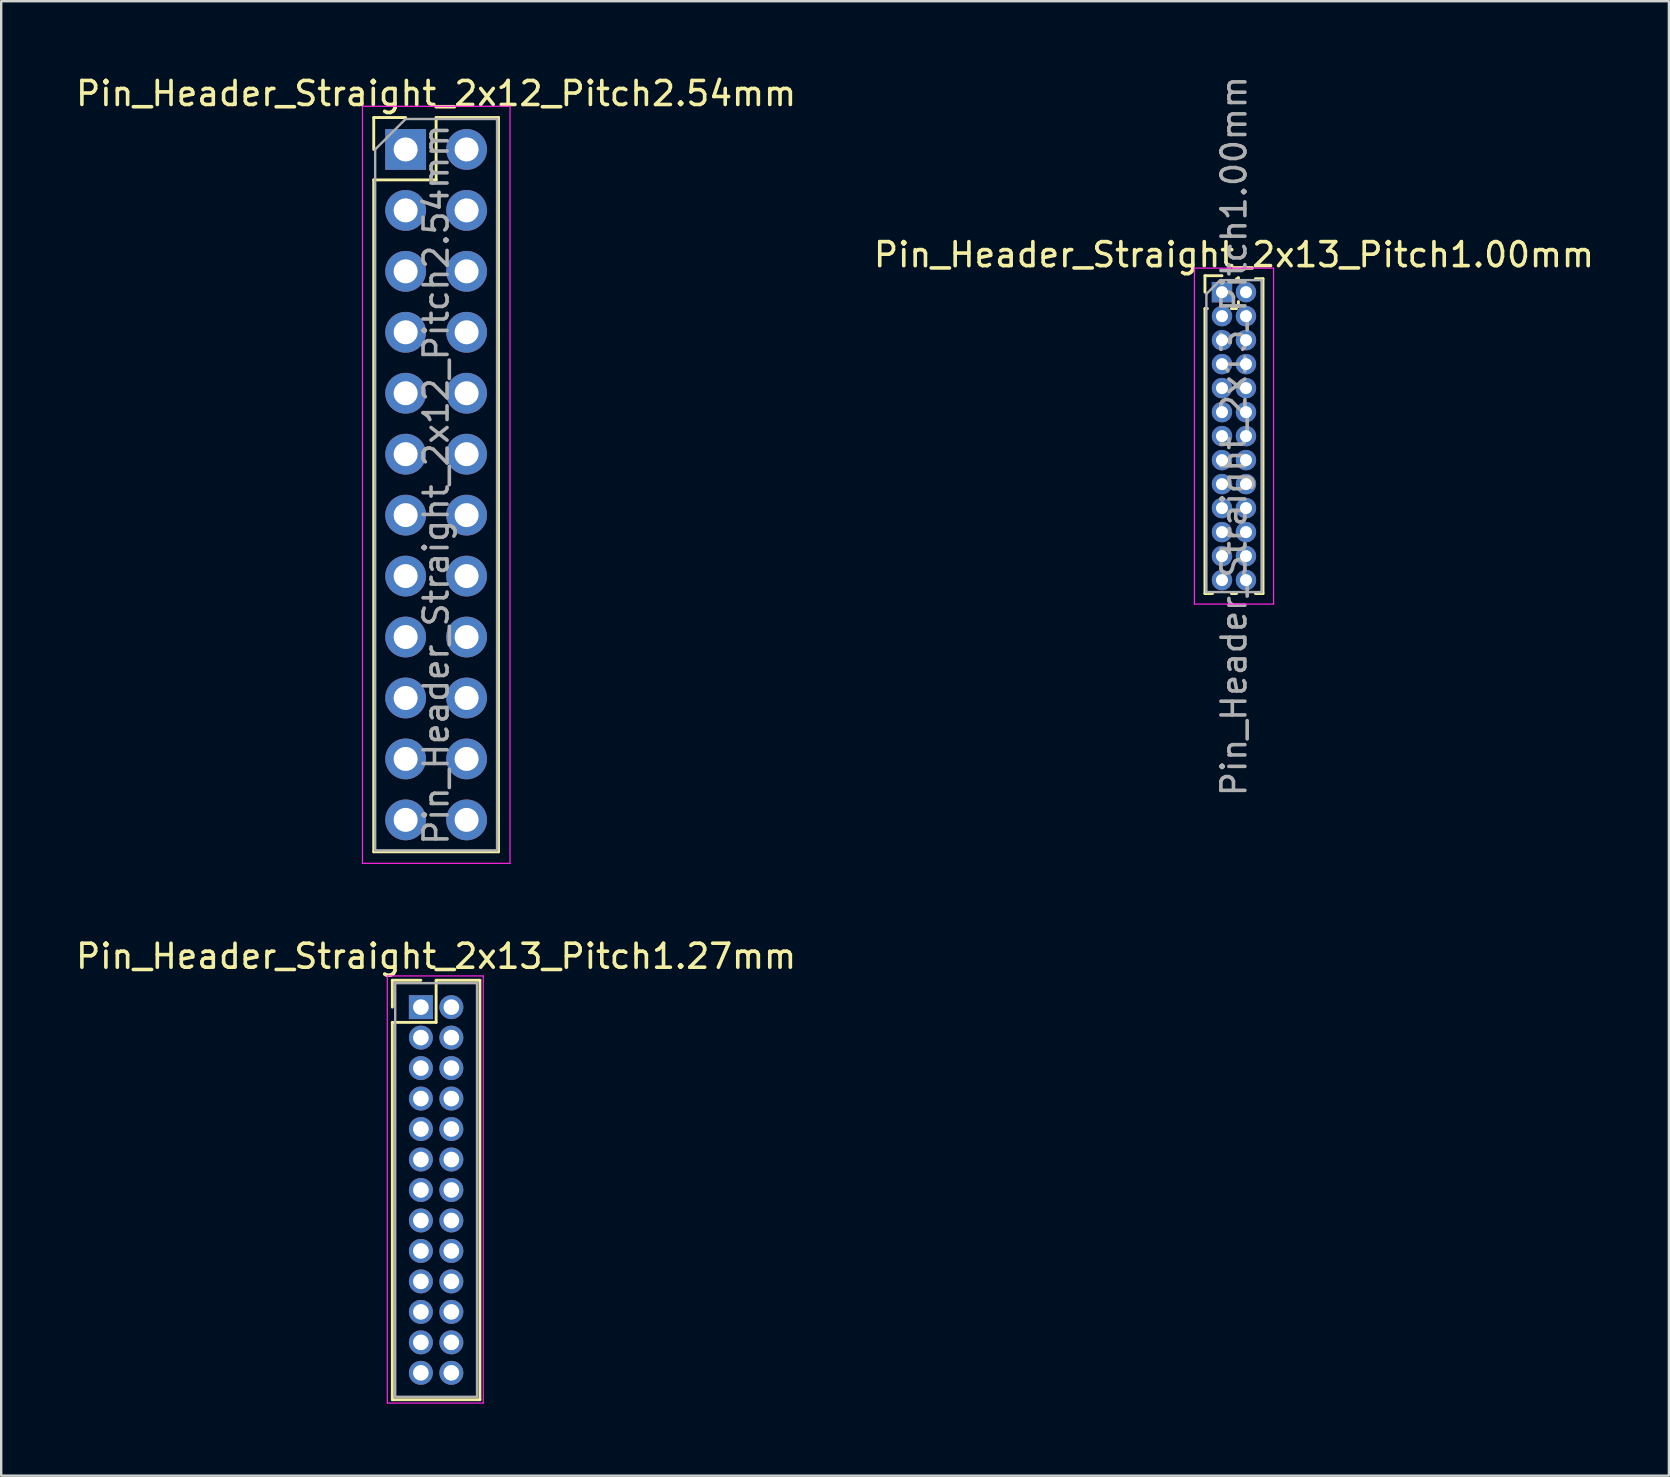
<source format=kicad_pcb>
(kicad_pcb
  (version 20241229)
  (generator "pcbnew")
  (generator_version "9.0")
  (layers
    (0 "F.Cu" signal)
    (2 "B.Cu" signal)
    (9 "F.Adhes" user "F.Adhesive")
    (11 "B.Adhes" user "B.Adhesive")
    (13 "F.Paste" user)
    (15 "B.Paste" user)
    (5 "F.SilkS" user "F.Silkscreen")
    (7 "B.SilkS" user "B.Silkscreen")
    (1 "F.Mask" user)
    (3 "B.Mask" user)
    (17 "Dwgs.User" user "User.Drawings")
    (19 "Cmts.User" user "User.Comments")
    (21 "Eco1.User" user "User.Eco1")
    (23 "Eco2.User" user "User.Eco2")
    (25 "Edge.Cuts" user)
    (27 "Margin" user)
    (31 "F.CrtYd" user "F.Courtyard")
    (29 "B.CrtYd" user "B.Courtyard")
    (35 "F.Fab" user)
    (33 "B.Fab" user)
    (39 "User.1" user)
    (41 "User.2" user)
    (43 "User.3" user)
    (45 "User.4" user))
  (footprint "Pin_Header_Straight_2x12_Pitch2.54mm"
    (layer "F.Cu")
    (at 13.855 3.178)
    (property "Reference" "Pin_Header_Straight_2x12_Pitch2.54mm" (at 1.27 -2.33 0) (layer "F.SilkS") (effects (font (size 1 1) (thickness 0.15))))
    (attr through_hole)
    (fp_line (start -1.33 -1.33) (end 0 -1.33) (stroke (width 0.12) (type solid)) (layer "F.SilkS"))
    (fp_line (start -1.33 0) (end -1.33 -1.33) (stroke (width 0.12) (type solid)) (layer "F.SilkS"))
    (fp_line (start -1.33 1.27) (end -1.33 29.27) (stroke (width 0.12) (type solid)) (layer "F.SilkS"))
    (fp_line (start -1.33 29.27) (end 3.87 29.27) (stroke (width 0.12) (type solid)) (layer "F.SilkS"))
    (fp_line (start 1.27 -1.33) (end 1.27 1.27) (stroke (width 0.12) (type solid)) (layer "F.SilkS"))
    (fp_line (start 1.27 1.27) (end -1.33 1.27) (stroke (width 0.12) (type solid)) (layer "F.SilkS"))
    (fp_line (start 3.87 -1.33) (end 1.27 -1.33) (stroke (width 0.12) (type solid)) (layer "F.SilkS"))
    (fp_line (start 3.87 29.27) (end 3.87 -1.33) (stroke (width 0.12) (type solid)) (layer "F.SilkS"))
    (fp_line (start -1.8 -1.8) (end -1.8 29.75) (stroke (width 0.05) (type solid)) (layer "F.CrtYd"))
    (fp_line (start -1.8 29.75) (end 4.35 29.75) (stroke (width 0.05) (type solid)) (layer "F.CrtYd"))
    (fp_line (start 4.35 -1.8) (end -1.8 -1.8) (stroke (width 0.05) (type solid)) (layer "F.CrtYd"))
    (fp_line (start 4.35 29.75) (end 4.35 -1.8) (stroke (width 0.05) (type solid)) (layer "F.CrtYd"))
    (fp_line (start -1.27 0) (end 0 -1.27) (stroke (width 0.1) (type solid)) (layer "F.Fab"))
    (fp_line (start -1.27 29.21) (end -1.27 0) (stroke (width 0.1) (type solid)) (layer "F.Fab"))
    (fp_line (start 0 -1.27) (end 3.81 -1.27) (stroke (width 0.1) (type solid)) (layer "F.Fab"))
    (fp_line (start 3.81 -1.27) (end 3.81 29.21) (stroke (width 0.1) (type solid)) (layer "F.Fab"))
    (fp_line (start 3.81 29.21) (end -1.27 29.21) (stroke (width 0.1) (type solid)) (layer "F.Fab"))
    (fp_text user "${REFERENCE}" (at 1.27 13.97 90) (layer "F.Fab") (effects (font (size 1 1) (thickness 0.15))))
    (pad "1" thru_hole rect (at 0 0) (size 1.7 1.7) (drill 1) (layers "*.Cu" "*.Mask"))
    (pad "2" thru_hole oval (at 2.54 0) (size 1.7 1.7) (drill 1) (layers "*.Cu" "*.Mask"))
    (pad "3" thru_hole oval (at 0 2.54) (size 1.7 1.7) (drill 1) (layers "*.Cu" "*.Mask"))
    (pad "4" thru_hole oval (at 2.54 2.54) (size 1.7 1.7) (drill 1) (layers "*.Cu" "*.Mask"))
    (pad "5" thru_hole oval (at 0 5.08) (size 1.7 1.7) (drill 1) (layers "*.Cu" "*.Mask"))
    (pad "6" thru_hole oval (at 2.54 5.08) (size 1.7 1.7) (drill 1) (layers "*.Cu" "*.Mask"))
    (pad "7" thru_hole oval (at 0 7.62) (size 1.7 1.7) (drill 1) (layers "*.Cu" "*.Mask"))
    (pad "8" thru_hole oval (at 2.54 7.62) (size 1.7 1.7) (drill 1) (layers "*.Cu" "*.Mask"))
    (pad "9" thru_hole oval (at 0 10.16) (size 1.7 1.7) (drill 1) (layers "*.Cu" "*.Mask"))
    (pad "10" thru_hole oval (at 2.54 10.16) (size 1.7 1.7) (drill 1) (layers "*.Cu" "*.Mask"))
    (pad "11" thru_hole oval (at 0 12.7) (size 1.7 1.7) (drill 1) (layers "*.Cu" "*.Mask"))
    (pad "12" thru_hole oval (at 2.54 12.7) (size 1.7 1.7) (drill 1) (layers "*.Cu" "*.Mask"))
    (pad "13" thru_hole oval (at 0 15.24) (size 1.7 1.7) (drill 1) (layers "*.Cu" "*.Mask"))
    (pad "14" thru_hole oval (at 2.54 15.24) (size 1.7 1.7) (drill 1) (layers "*.Cu" "*.Mask"))
    (pad "15" thru_hole oval (at 0 17.78) (size 1.7 1.7) (drill 1) (layers "*.Cu" "*.Mask"))
    (pad "16" thru_hole oval (at 2.54 17.78) (size 1.7 1.7) (drill 1) (layers "*.Cu" "*.Mask"))
    (pad "17" thru_hole oval (at 0 20.32) (size 1.7 1.7) (drill 1) (layers "*.Cu" "*.Mask"))
    (pad "18" thru_hole oval (at 2.54 20.32) (size 1.7 1.7) (drill 1) (layers "*.Cu" "*.Mask"))
    (pad "19" thru_hole oval (at 0 22.86) (size 1.7 1.7) (drill 1) (layers "*.Cu" "*.Mask"))
    (pad "20" thru_hole oval (at 2.54 22.86) (size 1.7 1.7) (drill 1) (layers "*.Cu" "*.Mask"))
    (pad "21" thru_hole oval (at 0 25.4) (size 1.7 1.7) (drill 1) (layers "*.Cu" "*.Mask"))
    (pad "22" thru_hole oval (at 2.54 25.4) (size 1.7 1.7) (drill 1) (layers "*.Cu" "*.Mask"))
    (pad "23" thru_hole oval (at 0 27.94) (size 1.7 1.7) (drill 1) (layers "*.Cu" "*.Mask"))
    (pad "24" thru_hole oval (at 2.54 27.94) (size 1.7 1.7) (drill 1) (layers "*.Cu" "*.Mask")))
  (footprint "Pin_Header_Straight_2x13_Pitch1.27mm"
    (layer "F.Cu")
    (at 14.49 38.922)
    (property "Reference" "Pin_Header_Straight_2x13_Pitch1.27mm" (at 0.635 -2.12 0) (layer "F.SilkS") (effects (font (size 1 1) (thickness 0.15))))
    (attr through_hole)
    (fp_line (start -1.19 -1.12) (end 0 -1.12) (stroke (width 0.12) (type solid)) (layer "F.SilkS"))
    (fp_line (start -1.19 0) (end -1.19 -1.12) (stroke (width 0.12) (type solid)) (layer "F.SilkS"))
    (fp_line (start -1.19 0.635) (end -1.19 16.36) (stroke (width 0.12) (type solid)) (layer "F.SilkS"))
    (fp_line (start -1.19 16.36) (end 2.46 16.36) (stroke (width 0.12) (type solid)) (layer "F.SilkS"))
    (fp_line (start 0.635 -1.12) (end 0.635 0.635) (stroke (width 0.12) (type solid)) (layer "F.SilkS"))
    (fp_line (start 0.635 0.635) (end -1.19 0.635) (stroke (width 0.12) (type solid)) (layer "F.SilkS"))
    (fp_line (start 2.46 -1.12) (end 0.635 -1.12) (stroke (width 0.12) (type solid)) (layer "F.SilkS"))
    (fp_line (start 2.46 16.36) (end 2.46 -1.12) (stroke (width 0.12) (type solid)) (layer "F.SilkS"))
    (fp_line (start -1.4 -1.3) (end -1.4 16.5) (stroke (width 0.05) (type solid)) (layer "F.CrtYd"))
    (fp_line (start -1.4 16.5) (end 2.6 16.5) (stroke (width 0.05) (type solid)) (layer "F.CrtYd"))
    (fp_line (start 2.6 -1.3) (end -1.4 -1.3) (stroke (width 0.05) (type solid)) (layer "F.CrtYd"))
    (fp_line (start 2.6 16.5) (end 2.6 -1.3) (stroke (width 0.05) (type solid)) (layer "F.CrtYd"))
    (fp_line (start -1.07 -1) (end -1.07 16.24) (stroke (width 0.1) (type solid)) (layer "F.Fab"))
    (fp_line (start -1.07 16.24) (end 2.34 16.24) (stroke (width 0.1) (type solid)) (layer "F.Fab"))
    (fp_line (start 2.34 -1) (end -1.07 -1) (stroke (width 0.1) (type solid)) (layer "F.Fab"))
    (fp_line (start 2.34 16.24) (end 2.34 -1) (stroke (width 0.1) (type solid)) (layer "F.Fab"))
    (pad "1" thru_hole rect (at 0 0) (size 1 1) (drill 0.65) (layers "*.Cu" "*.Mask"))
    (pad "2" thru_hole oval (at 1.27 0) (size 1 1) (drill 0.65) (layers "*.Cu" "*.Mask"))
    (pad "3" thru_hole oval (at 0 1.27) (size 1 1) (drill 0.65) (layers "*.Cu" "*.Mask"))
    (pad "4" thru_hole oval (at 1.27 1.27) (size 1 1) (drill 0.65) (layers "*.Cu" "*.Mask"))
    (pad "5" thru_hole oval (at 0 2.54) (size 1 1) (drill 0.65) (layers "*.Cu" "*.Mask"))
    (pad "6" thru_hole oval (at 1.27 2.54) (size 1 1) (drill 0.65) (layers "*.Cu" "*.Mask"))
    (pad "7" thru_hole oval (at 0 3.81) (size 1 1) (drill 0.65) (layers "*.Cu" "*.Mask"))
    (pad "8" thru_hole oval (at 1.27 3.81) (size 1 1) (drill 0.65) (layers "*.Cu" "*.Mask"))
    (pad "9" thru_hole oval (at 0 5.08) (size 1 1) (drill 0.65) (layers "*.Cu" "*.Mask"))
    (pad "10" thru_hole oval (at 1.27 5.08) (size 1 1) (drill 0.65) (layers "*.Cu" "*.Mask"))
    (pad "11" thru_hole oval (at 0 6.35) (size 1 1) (drill 0.65) (layers "*.Cu" "*.Mask"))
    (pad "12" thru_hole oval (at 1.27 6.35) (size 1 1) (drill 0.65) (layers "*.Cu" "*.Mask"))
    (pad "13" thru_hole oval (at 0 7.62) (size 1 1) (drill 0.65) (layers "*.Cu" "*.Mask"))
    (pad "14" thru_hole oval (at 1.27 7.62) (size 1 1) (drill 0.65) (layers "*.Cu" "*.Mask"))
    (pad "15" thru_hole oval (at 0 8.89) (size 1 1) (drill 0.65) (layers "*.Cu" "*.Mask"))
    (pad "16" thru_hole oval (at 1.27 8.89) (size 1 1) (drill 0.65) (layers "*.Cu" "*.Mask"))
    (pad "17" thru_hole oval (at 0 10.16) (size 1 1) (drill 0.65) (layers "*.Cu" "*.Mask"))
    (pad "18" thru_hole oval (at 1.27 10.16) (size 1 1) (drill 0.65) (layers "*.Cu" "*.Mask"))
    (pad "19" thru_hole oval (at 0 11.43) (size 1 1) (drill 0.65) (layers "*.Cu" "*.Mask"))
    (pad "20" thru_hole oval (at 1.27 11.43) (size 1 1) (drill 0.65) (layers "*.Cu" "*.Mask"))
    (pad "21" thru_hole oval (at 0 12.7) (size 1 1) (drill 0.65) (layers "*.Cu" "*.Mask"))
    (pad "22" thru_hole oval (at 1.27 12.7) (size 1 1) (drill 0.65) (layers "*.Cu" "*.Mask"))
    (pad "23" thru_hole oval (at 0 13.97) (size 1 1) (drill 0.65) (layers "*.Cu" "*.Mask"))
    (pad "24" thru_hole oval (at 1.27 13.97) (size 1 1) (drill 0.65) (layers "*.Cu" "*.Mask"))
    (pad "25" thru_hole oval (at 0 15.24) (size 1 1) (drill 0.65) (layers "*.Cu" "*.Mask"))
    (pad "26" thru_hole oval (at 1.27 15.24) (size 1 1) (drill 0.65) (layers "*.Cu" "*.Mask")))
  (footprint "Pin_Header_Straight_2x13_Pitch1.00mm"
    (layer "F.Cu")
    (at 47.875 9.125)
    (property "Reference" "Pin_Header_Straight_2x13_Pitch1.00mm" (at 0.5 -1.56 0) (layer "F.SilkS") (effects (font (size 1 1) (thickness 0.15))))
    (attr through_hole)
    (fp_line (start -0.71 -0.685) (end 0 -0.685) (stroke (width 0.12) (type solid)) (layer "F.SilkS"))
    (fp_line (start -0.71 0) (end -0.71 -0.685) (stroke (width 0.12) (type solid)) (layer "F.SilkS"))
    (fp_line (start -0.71 0.685) (end -0.71 12.56) (stroke (width 0.12) (type solid)) (layer "F.SilkS"))
    (fp_line (start -0.71 0.685) (end -0.608 0.685) (stroke (width 0.12) (type solid)) (layer "F.SilkS"))
    (fp_line (start -0.71 12.56) (end -0.394 12.56) (stroke (width 0.12) (type solid)) (layer "F.SilkS"))
    (fp_line (start 0.394 12.56) (end 0.606 12.56) (stroke (width 0.12) (type solid)) (layer "F.SilkS"))
    (fp_line (start 0.608 0.685) (end 0.392 0.685) (stroke (width 0.12) (type solid)) (layer "F.SilkS"))
    (fp_line (start 0.685 -0.608) (end 0.685 -0.56) (stroke (width 0.12) (type solid)) (layer "F.SilkS"))
    (fp_line (start 0.685 -0.56) (end 0.606 -0.56) (stroke (width 0.12) (type solid)) (layer "F.SilkS"))
    (fp_line (start 0.685 0.392) (end 0.685 0.608) (stroke (width 0.12) (type solid)) (layer "F.SilkS"))
    (fp_line (start 1.394 -0.56) (end 1.71 -0.56) (stroke (width 0.12) (type solid)) (layer "F.SilkS"))
    (fp_line (start 1.394 12.56) (end 1.71 12.56) (stroke (width 0.12) (type solid)) (layer "F.SilkS"))
    (fp_line (start 1.71 -0.56) (end 1.71 12.56) (stroke (width 0.12) (type solid)) (layer "F.SilkS"))
    (fp_line (start -1.15 -1) (end -1.15 13) (stroke (width 0.05) (type solid)) (layer "F.CrtYd"))
    (fp_line (start -1.15 13) (end 2.15 13) (stroke (width 0.05) (type solid)) (layer "F.CrtYd"))
    (fp_line (start 2.15 -1) (end -1.15 -1) (stroke (width 0.05) (type solid)) (layer "F.CrtYd"))
    (fp_line (start 2.15 13) (end 2.15 -1) (stroke (width 0.05) (type solid)) (layer "F.CrtYd"))
    (fp_line (start -0.65 0.075) (end -0.075 -0.5) (stroke (width 0.1) (type solid)) (layer "F.Fab"))
    (fp_line (start -0.65 12.5) (end -0.65 0.075) (stroke (width 0.1) (type solid)) (layer "F.Fab"))
    (fp_line (start -0.075 -0.5) (end 1.65 -0.5) (stroke (width 0.1) (type solid)) (layer "F.Fab"))
    (fp_line (start 1.65 -0.5) (end 1.65 12.5) (stroke (width 0.1) (type solid)) (layer "F.Fab"))
    (fp_line (start 1.65 12.5) (end -0.65 12.5) (stroke (width 0.1) (type solid)) (layer "F.Fab"))
    (fp_text user "${REFERENCE}" (at 0.5 6 90) (layer "F.Fab") (effects (font (size 1 1) (thickness 0.15))))
    (pad "1" thru_hole rect (at 0 0) (size 0.85 0.85) (drill 0.5) (layers "*.Cu" "*.Mask"))
    (pad "2" thru_hole oval (at 1 0) (size 0.85 0.85) (drill 0.5) (layers "*.Cu" "*.Mask"))
    (pad "3" thru_hole oval (at 0 1) (size 0.85 0.85) (drill 0.5) (layers "*.Cu" "*.Mask"))
    (pad "4" thru_hole oval (at 1 1) (size 0.85 0.85) (drill 0.5) (layers "*.Cu" "*.Mask"))
    (pad "5" thru_hole oval (at 0 2) (size 0.85 0.85) (drill 0.5) (layers "*.Cu" "*.Mask"))
    (pad "6" thru_hole oval (at 1 2) (size 0.85 0.85) (drill 0.5) (layers "*.Cu" "*.Mask"))
    (pad "7" thru_hole oval (at 0 3) (size 0.85 0.85) (drill 0.5) (layers "*.Cu" "*.Mask"))
    (pad "8" thru_hole oval (at 1 3) (size 0.85 0.85) (drill 0.5) (layers "*.Cu" "*.Mask"))
    (pad "9" thru_hole oval (at 0 4) (size 0.85 0.85) (drill 0.5) (layers "*.Cu" "*.Mask"))
    (pad "10" thru_hole oval (at 1 4) (size 0.85 0.85) (drill 0.5) (layers "*.Cu" "*.Mask"))
    (pad "11" thru_hole oval (at 0 5) (size 0.85 0.85) (drill 0.5) (layers "*.Cu" "*.Mask"))
    (pad "12" thru_hole oval (at 1 5) (size 0.85 0.85) (drill 0.5) (layers "*.Cu" "*.Mask"))
    (pad "13" thru_hole oval (at 0 6) (size 0.85 0.85) (drill 0.5) (layers "*.Cu" "*.Mask"))
    (pad "14" thru_hole oval (at 1 6) (size 0.85 0.85) (drill 0.5) (layers "*.Cu" "*.Mask"))
    (pad "15" thru_hole oval (at 0 7) (size 0.85 0.85) (drill 0.5) (layers "*.Cu" "*.Mask"))
    (pad "16" thru_hole oval (at 1 7) (size 0.85 0.85) (drill 0.5) (layers "*.Cu" "*.Mask"))
    (pad "17" thru_hole oval (at 0 8) (size 0.85 0.85) (drill 0.5) (layers "*.Cu" "*.Mask"))
    (pad "18" thru_hole oval (at 1 8) (size 0.85 0.85) (drill 0.5) (layers "*.Cu" "*.Mask"))
    (pad "19" thru_hole oval (at 0 9) (size 0.85 0.85) (drill 0.5) (layers "*.Cu" "*.Mask"))
    (pad "20" thru_hole oval (at 1 9) (size 0.85 0.85) (drill 0.5) (layers "*.Cu" "*.Mask"))
    (pad "21" thru_hole oval (at 0 10) (size 0.85 0.85) (drill 0.5) (layers "*.Cu" "*.Mask"))
    (pad "22" thru_hole oval (at 1 10) (size 0.85 0.85) (drill 0.5) (layers "*.Cu" "*.Mask"))
    (pad "23" thru_hole oval (at 0 11) (size 0.85 0.85) (drill 0.5) (layers "*.Cu" "*.Mask"))
    (pad "24" thru_hole oval (at 1 11) (size 0.85 0.85) (drill 0.5) (layers "*.Cu" "*.Mask"))
    (pad "25" thru_hole oval (at 0 12) (size 0.85 0.85) (drill 0.5) (layers "*.Cu" "*.Mask"))
    (pad "26" thru_hole oval (at 1 12) (size 0.85 0.85) (drill 0.5) (layers "*.Cu" "*.Mask")))
  (gr_rect
    (start -3 -3)
    (end 66.5 58.447)
    (stroke (width 0.1) (type default))
    (fill no)
    (layer "Edge.Cuts")))
</source>
